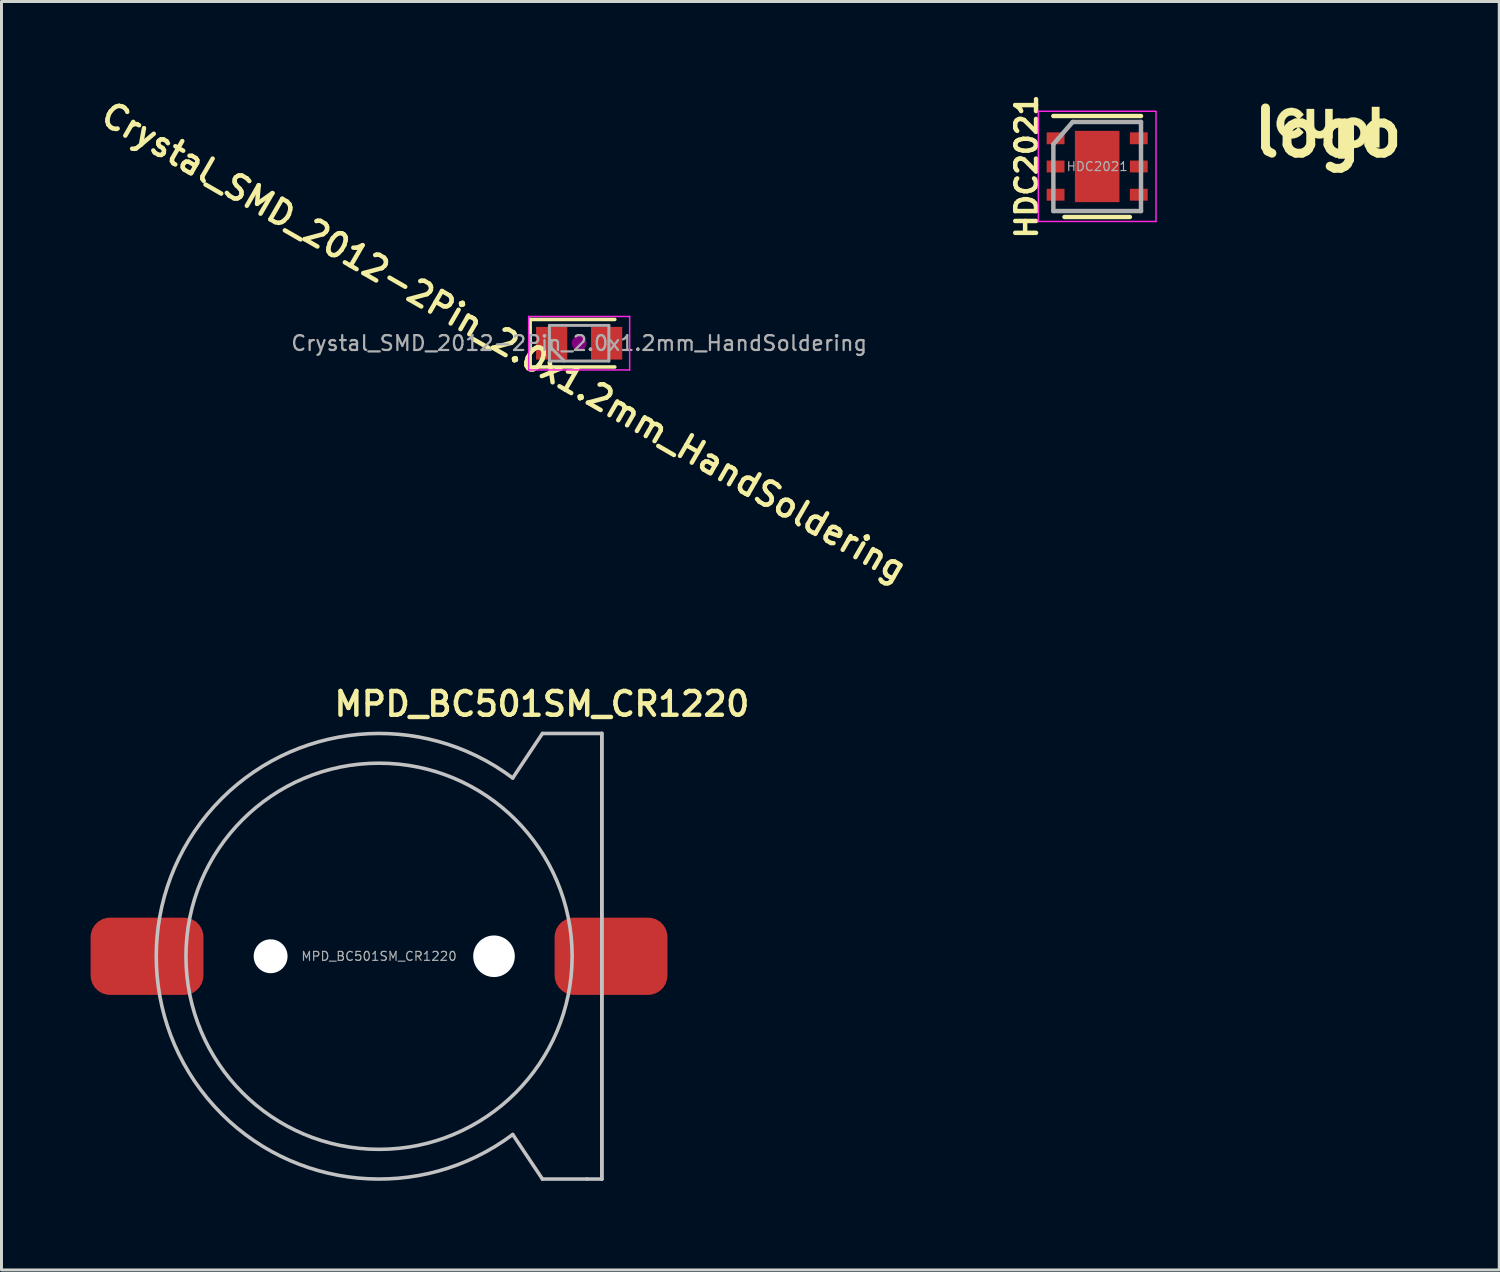
<source format=kicad_pcb>
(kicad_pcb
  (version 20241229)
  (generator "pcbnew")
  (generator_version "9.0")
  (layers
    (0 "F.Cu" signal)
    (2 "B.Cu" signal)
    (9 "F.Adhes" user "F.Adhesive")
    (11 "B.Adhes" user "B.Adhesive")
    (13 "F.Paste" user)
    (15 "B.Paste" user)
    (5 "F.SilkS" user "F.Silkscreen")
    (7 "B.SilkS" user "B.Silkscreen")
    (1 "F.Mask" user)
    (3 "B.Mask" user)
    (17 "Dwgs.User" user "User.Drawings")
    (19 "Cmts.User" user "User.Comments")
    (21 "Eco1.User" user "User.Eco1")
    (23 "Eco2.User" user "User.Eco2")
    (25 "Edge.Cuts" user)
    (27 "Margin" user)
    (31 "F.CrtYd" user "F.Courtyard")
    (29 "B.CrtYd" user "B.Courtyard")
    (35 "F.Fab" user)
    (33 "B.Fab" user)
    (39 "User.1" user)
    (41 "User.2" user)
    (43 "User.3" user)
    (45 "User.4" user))
  (footprint "HDC2021"
    (layer "F.Cu")
    (at 33.885 2.555)
    (property "Reference" "HDC2021" (at -2.375 0 90) (layer "F.SilkS") (effects (font (size 0.7 0.7) (thickness 0.15))))
    (attr smd)
    (fp_line (start 1.1 1.7) (end -1.1 1.7) (stroke (width 0.15) (type solid)) (layer "F.SilkS"))
    (fp_line (start 1.475 -1.7) (end -1.475 -1.7) (stroke (width 0.15) (type solid)) (layer "F.SilkS"))
    (fp_line (start -1.98 -1.86) (end 1.98 -1.86) (stroke (width 0.05) (type solid)) (layer "F.CrtYd"))
    (fp_line (start -1.98 1.85) (end -1.98 -1.85) (stroke (width 0.05) (type solid)) (layer "F.CrtYd"))
    (fp_line (start -1.98 1.85) (end 1.98 1.85) (stroke (width 0.05) (type solid)) (layer "F.CrtYd"))
    (fp_line (start 1.98 1.85) (end 1.98 -1.85) (stroke (width 0.05) (type solid)) (layer "F.CrtYd"))
    (fp_line (start -1.475 -0.75) (end -0.825 -1.5) (stroke (width 0.15) (type solid)) (layer "F.Fab"))
    (fp_line (start -1.475 1.5) (end -1.475 -0.75) (stroke (width 0.15) (type solid)) (layer "F.Fab"))
    (fp_line (start 1.475 -1.5) (end -0.825 -1.5) (stroke (width 0.15) (type solid)) (layer "F.Fab"))
    (fp_line (start 1.475 -1.5) (end 1.475 1.5) (stroke (width 0.15) (type solid)) (layer "F.Fab"))
    (fp_line (start 1.475 1.5) (end -1.475 1.5) (stroke (width 0.15) (type solid)) (layer "F.Fab"))
    (fp_text user "${REFERENCE}" (at 0 0 180) (layer "F.Fab") (effects (font (size 0.3 0.3) (thickness 0.04))))
    (pad "1" smd rect (at -1.4 -0.95) (size 0.6 0.4) (layers "F.Cu" "F.Mask" "F.Paste"))
    (pad "2" smd rect (at -1.4 0) (size 0.6 0.4) (layers "F.Cu" "F.Mask" "F.Paste"))
    (pad "3" smd rect (at -1.4 0.95) (size 0.6 0.4) (layers "F.Cu" "F.Mask" "F.Paste"))
    (pad "4" smd rect (at 1.4 0.95) (size 0.6 0.4) (layers "F.Cu" "F.Mask" "F.Paste"))
    (pad "5" smd rect (at 1.4 0) (size 0.6 0.4) (layers "F.Cu" "F.Mask" "F.Paste"))
    (pad "6" smd rect (at 1.4 -0.95) (size 0.6 0.4) (layers "F.Cu" "F.Mask" "F.Paste"))
    (pad "7" smd rect (at 0 0) (size 1.5 2.4) (layers "F.Cu" "F.Mask" "F.Paste")))
  (footprint "Crystal_SMD_2012-2Pin_2.0x1.2mm_HandSoldering"
    (layer "F.Cu")
    (at 16.446 8.504)
    (property "Reference" "Crystal_SMD_2012-2Pin_2.0x1.2mm_HandSoldering" (at -2.527 -0.046 330) (layer "F.SilkS") (effects (font (size 0.8 0.8) (thickness 0.15))))
    (attr smd)
    (fp_line (start -1.65 -0.8) (end -1.65 0.8) (stroke (width 0.12) (type solid)) (layer "F.SilkS"))
    (fp_line (start -1.65 0.8) (end 1.2 0.8) (stroke (width 0.12) (type solid)) (layer "F.SilkS"))
    (fp_line (start 1.2 -0.8) (end -1.65 -0.8) (stroke (width 0.12) (type solid)) (layer "F.SilkS"))
    (fp_circle (center 0 0) (end 0.047 0) (stroke (width 0.093) (type solid)) (fill no) (layer "F.Adhes"))
    (fp_circle (center 0 0) (end 0.107 0) (stroke (width 0.067) (type solid)) (fill no) (layer "F.Adhes"))
    (fp_circle (center 0 0) (end 0.167 0) (stroke (width 0.067) (type solid)) (fill no) (layer "F.Adhes"))
    (fp_circle (center 0 0) (end 0.2 0) (stroke (width 0.1) (type solid)) (fill no) (layer "F.Adhes"))
    (fp_line (start -1.7 -0.9) (end -1.7 0.9) (stroke (width 0.05) (type solid)) (layer "F.CrtYd"))
    (fp_line (start -1.7 0.9) (end 1.7 0.9) (stroke (width 0.05) (type solid)) (layer "F.CrtYd"))
    (fp_line (start 1.7 -0.9) (end -1.7 -0.9) (stroke (width 0.05) (type solid)) (layer "F.CrtYd"))
    (fp_line (start 1.7 0.9) (end 1.7 -0.9) (stroke (width 0.05) (type solid)) (layer "F.CrtYd"))
    (fp_line (start -1 -0.6) (end -1 0.6) (stroke (width 0.1) (type solid)) (layer "F.Fab"))
    (fp_line (start -1 0.1) (end -0.5 0.6) (stroke (width 0.1) (type solid)) (layer "F.Fab"))
    (fp_line (start -1 0.6) (end 1 0.6) (stroke (width 0.1) (type solid)) (layer "F.Fab"))
    (fp_line (start 1 -0.6) (end -1 -0.6) (stroke (width 0.1) (type solid)) (layer "F.Fab"))
    (fp_line (start 1 0.6) (end 1 -0.6) (stroke (width 0.1) (type solid)) (layer "F.Fab"))
    (fp_text user "${REFERENCE}" (at 0 0 180) (layer "F.Fab") (effects (font (size 0.5 0.5) (thickness 0.075))))
    (pad "1" smd rect (at -0.925 0) (size 1.05 1.1) (layers "F.Cu" "F.Mask" "F.Paste"))
    (pad "2" smd rect (at 0.925 0) (size 1.05 1.1) (layers "F.Cu" "F.Mask" "F.Paste")))
  (footprint "logo"
    (layer "F.Cu")
    (at 41.655 1.418)
    (property "Reference" "logo" (at 0 0 0) (layer "F.SilkS") (effects (font (size 1.524 1.524) (thickness 0.3))))
    (attr smd)
    (fp_poly (pts (xy 1.73 0.496) (xy 1.479 0.496) (xy 1.479 -0.867) (xy 1.73 -0.867) (xy 1.73 0.496)) (stroke (width 0.01) (type solid)) (fill yes) (layer "F.SilkS"))
    (fp_poly (pts (xy -0.468 -0.507) (xy -0.468 -0.459) (xy -0.468 -0.417) (xy -0.468 -0.379) (xy -0.468 -0.347) (xy -0.468 -0.319) (xy -0.467 -0.295) (xy -0.467 -0.275) (xy -0.467 -0.258) (xy -0.467 -0.244) (xy -0.466 -0.233) (xy -0.466 -0.223) (xy -0.465 -0.216) (xy -0.465 -0.21) (xy -0.464 -0.205) (xy -0.463 -0.201) (xy -0.462 -0.197) (xy -0.461 -0.193) (xy -0.461 -0.193) (xy -0.449 -0.16) (xy -0.432 -0.131) (xy -0.412 -0.107) (xy -0.39 -0.088) (xy -0.367 -0.073) (xy -0.342 -0.063) (xy -0.315 -0.057) (xy -0.29 -0.055) (xy -0.274 -0.054) (xy -0.263 -0.054) (xy -0.254 -0.055) (xy -0.245 -0.057) (xy -0.234 -0.06) (xy -0.232 -0.061) (xy -0.201 -0.074) (xy -0.174 -0.093) (xy -0.149 -0.116) (xy -0.128 -0.145) (xy -0.113 -0.172) (xy -0.11 -0.179) (xy -0.107 -0.185) (xy -0.104 -0.191) (xy -0.102 -0.197) (xy -0.1 -0.204) (xy -0.098 -0.212) (xy -0.097 -0.221) (xy -0.096 -0.232) (xy -0.095 -0.245) (xy -0.094 -0.261) (xy -0.094 -0.279) (xy -0.093 -0.301) (xy -0.093 -0.327) (xy -0.093 -0.356) (xy -0.093 -0.39) (xy -0.093 -0.429) (xy -0.093 -0.473) (xy -0.093 -0.519) (xy -0.093 -0.798) (xy 0.155 -0.798) (xy 0.155 0.176) (xy 0.096 0.176) (xy 0.055 0.119) (xy 0.042 0.101) (xy 0.032 0.087) (xy 0.024 0.078) (xy 0.019 0.071) (xy 0.015 0.067) (xy 0.012 0.066) (xy 0.01 0.066) (xy 0.009 0.066) (xy 0.005 0.07) (xy -0.003 0.076) (xy -0.012 0.084) (xy -0.016 0.087) (xy -0.056 0.117) (xy -0.099 0.143) (xy -0.143 0.164) (xy -0.188 0.18) (xy -0.23 0.189) (xy -0.258 0.193) (xy -0.29 0.194) (xy -0.322 0.192) (xy -0.338 0.191) (xy -0.351 0.189) (xy -0.367 0.186) (xy -0.383 0.182) (xy -0.391 0.18) (xy -0.44 0.165) (xy -0.486 0.145) (xy -0.528 0.121) (xy -0.567 0.091) (xy -0.601 0.058) (xy -0.631 0.021) (xy -0.658 -0.02) (xy -0.679 -0.065) (xy -0.696 -0.113) (xy -0.706 -0.154) (xy -0.707 -0.164) (xy -0.709 -0.175) (xy -0.711 -0.187) (xy -0.712 -0.2) (xy -0.713 -0.216) (xy -0.714 -0.233) (xy -0.715 -0.253) (xy -0.715 -0.277) (xy -0.716 -0.303) (xy -0.716 -0.334) (xy -0.717 -0.368) (xy -0.717 -0.407) (xy -0.717 -0.451) (xy -0.717 -0.501) (xy -0.717 -0.537) (xy -0.717 -0.798) (xy -0.469 -0.798) (xy -0.468 -0.507)) (stroke (width 0.01) (type solid)) (fill yes) (layer "F.SilkS"))
    (fp_poly (pts (xy -1.192 -0.834) (xy -1.161 -0.831) (xy -1.145 -0.828) (xy -1.094 -0.815) (xy -1.046 -0.798) (xy -0.999 -0.775) (xy -0.963 -0.753) (xy -0.942 -0.737) (xy -0.919 -0.717) (xy -0.896 -0.696) (xy -0.874 -0.673) (xy -0.855 -0.651) (xy -0.841 -0.632) (xy -0.824 -0.606) (xy -0.915 -0.515) (xy -1.005 -0.425) (xy -1.017 -0.448) (xy -1.036 -0.481) (xy -1.06 -0.51) (xy -1.087 -0.535) (xy -1.118 -0.555) (xy -1.128 -0.561) (xy -1.151 -0.571) (xy -1.172 -0.578) (xy -1.193 -0.582) (xy -1.217 -0.585) (xy -1.221 -0.585) (xy -1.257 -0.584) (xy -1.292 -0.578) (xy -1.325 -0.566) (xy -1.358 -0.548) (xy -1.386 -0.526) (xy -1.411 -0.5) (xy -1.432 -0.47) (xy -1.45 -0.438) (xy -1.463 -0.403) (xy -1.472 -0.367) (xy -1.477 -0.33) (xy -1.478 -0.292) (xy -1.473 -0.256) (xy -1.464 -0.22) (xy -1.45 -0.187) (xy -1.449 -0.186) (xy -1.429 -0.154) (xy -1.407 -0.127) (xy -1.381 -0.105) (xy -1.35 -0.086) (xy -1.34 -0.081) (xy -1.316 -0.07) (xy -1.295 -0.063) (xy -1.273 -0.058) (xy -1.25 -0.056) (xy -1.234 -0.056) (xy -1.209 -0.056) (xy -1.188 -0.059) (xy -1.168 -0.063) (xy -1.146 -0.07) (xy -1.141 -0.072) (xy -1.112 -0.086) (xy -1.084 -0.104) (xy -1.059 -0.126) (xy -1.037 -0.15) (xy -1.019 -0.176) (xy -1.016 -0.182) (xy -1.012 -0.19) (xy -1.009 -0.196) (xy -1.008 -0.197) (xy -1.006 -0.195) (xy -1 -0.19) (xy -0.99 -0.181) (xy -0.979 -0.17) (xy -0.965 -0.157) (xy -0.95 -0.141) (xy -0.933 -0.125) (xy -0.916 -0.108) (xy -0.9 -0.091) (xy -0.883 -0.074) (xy -0.868 -0.058) (xy -0.866 -0.056) (xy -0.827 -0.015) (xy -0.835 -0.003) (xy -0.844 0.008) (xy -0.856 0.022) (xy -0.87 0.037) (xy -0.885 0.052) (xy -0.9 0.066) (xy -0.914 0.079) (xy -0.914 0.079) (xy -0.958 0.111) (xy -1.004 0.139) (xy -1.052 0.161) (xy -1.103 0.177) (xy -1.156 0.187) (xy -1.21 0.192) (xy -1.219 0.193) (xy -1.238 0.193) (xy -1.256 0.193) (xy -1.273 0.192) (xy -1.286 0.192) (xy -1.291 0.191) (xy -1.336 0.184) (xy -1.379 0.172) (xy -1.421 0.157) (xy -1.454 0.142) (xy -1.49 0.122) (xy -1.523 0.1) (xy -1.554 0.076) (xy -1.584 0.048) (xy -1.612 0.017) (xy -1.637 -0.013) (xy -1.658 -0.046) (xy -1.677 -0.082) (xy -1.678 -0.082) (xy -1.699 -0.132) (xy -1.715 -0.182) (xy -1.725 -0.233) (xy -1.729 -0.285) (xy -1.729 -0.326) (xy -1.723 -0.385) (xy -1.712 -0.442) (xy -1.696 -0.496) (xy -1.674 -0.548) (xy -1.647 -0.596) (xy -1.615 -0.642) (xy -1.578 -0.685) (xy -1.561 -0.702) (xy -1.52 -0.737) (xy -1.476 -0.768) (xy -1.429 -0.793) (xy -1.379 -0.812) (xy -1.327 -0.827) (xy -1.321 -0.828) (xy -1.292 -0.832) (xy -1.259 -0.835) (xy -1.225 -0.836) (xy -1.192 -0.834)) (stroke (width 0.01) (type solid)) (fill yes) (layer "F.SilkS"))
    (fp_poly (pts (xy 0.914 -0.508) (xy 0.962 -0.499) (xy 1.01 -0.485) (xy 1.057 -0.467) (xy 1.101 -0.444) (xy 1.124 -0.429) (xy 1.166 -0.398) (xy 1.203 -0.363) (xy 1.236 -0.324) (xy 1.265 -0.281) (xy 1.289 -0.235) (xy 1.309 -0.187) (xy 1.325 -0.136) (xy 1.335 -0.082) (xy 1.34 -0.028) (xy 1.34 0.029) (xy 1.339 0.043) (xy 1.334 0.09) (xy 1.327 0.132) (xy 1.318 0.171) (xy 1.305 0.208) (xy 1.289 0.246) (xy 1.279 0.266) (xy 1.255 0.306) (xy 1.227 0.344) (xy 1.195 0.379) (xy 1.16 0.411) (xy 1.141 0.425) (xy 1.12 0.439) (xy 1.095 0.453) (xy 1.068 0.467) (xy 1.041 0.48) (xy 1.016 0.49) (xy 1.007 0.493) (xy 0.978 0.501) (xy 0.951 0.508) (xy 0.923 0.512) (xy 0.892 0.515) (xy 0.867 0.516) (xy 0.837 0.516) (xy 0.81 0.515) (xy 0.785 0.512) (xy 0.76 0.507) (xy 0.735 0.499) (xy 0.708 0.489) (xy 0.678 0.476) (xy 0.648 0.461) (xy 0.632 0.453) (xy 0.617 0.445) (xy 0.605 0.44) (xy 0.597 0.435) (xy 0.593 0.433) (xy 0.592 0.433) (xy 0.592 0.436) (xy 0.592 0.445) (xy 0.592 0.458) (xy 0.592 0.476) (xy 0.592 0.498) (xy 0.592 0.524) (xy 0.592 0.553) (xy 0.592 0.585) (xy 0.592 0.618) (xy 0.592 0.651) (xy 0.592 0.87) (xy 0.344 0.87) (xy 0.344 -0.018) (xy 0.596 -0.018) (xy 0.596 0.025) (xy 0.601 0.065) (xy 0.612 0.102) (xy 0.627 0.137) (xy 0.646 0.168) (xy 0.67 0.196) (xy 0.698 0.219) (xy 0.73 0.239) (xy 0.765 0.254) (xy 0.804 0.264) (xy 0.804 0.264) (xy 0.815 0.265) (xy 0.83 0.265) (xy 0.847 0.265) (xy 0.866 0.264) (xy 0.884 0.262) (xy 0.899 0.26) (xy 0.911 0.257) (xy 0.947 0.244) (xy 0.98 0.226) (xy 1.009 0.203) (xy 1.034 0.175) (xy 1.055 0.143) (xy 1.072 0.107) (xy 1.072 0.107) (xy 1.083 0.074) (xy 1.089 0.037) (xy 1.091 -0.001) (xy 1.089 -0.039) (xy 1.082 -0.076) (xy 1.072 -0.11) (xy 1.07 -0.114) (xy 1.053 -0.149) (xy 1.031 -0.179) (xy 1.006 -0.205) (xy 0.977 -0.227) (xy 0.945 -0.244) (xy 0.91 -0.256) (xy 0.873 -0.262) (xy 0.834 -0.264) (xy 0.816 -0.263) (xy 0.779 -0.256) (xy 0.744 -0.245) (xy 0.712 -0.228) (xy 0.683 -0.207) (xy 0.657 -0.181) (xy 0.636 -0.152) (xy 0.618 -0.119) (xy 0.605 -0.082) (xy 0.602 -0.072) (xy 0.6 -0.06) (xy 0.598 -0.045) (xy 0.596 -0.029) (xy 0.596 -0.018) (xy 0.344 -0.018) (xy 0.344 -0.478) (xy 0.402 -0.478) (xy 0.448 -0.424) (xy 0.462 -0.408) (xy 0.474 -0.394) (xy 0.484 -0.382) (xy 0.492 -0.373) (xy 0.497 -0.367) (xy 0.498 -0.365) (xy 0.5 -0.363) (xy 0.504 -0.364) (xy 0.509 -0.367) (xy 0.518 -0.375) (xy 0.52 -0.377) (xy 0.562 -0.41) (xy 0.605 -0.439) (xy 0.65 -0.464) (xy 0.695 -0.484) (xy 0.74 -0.499) (xy 0.771 -0.506) (xy 0.817 -0.512) (xy 0.865 -0.513) (xy 0.914 -0.508)) (stroke (width 0.01) (type solid)) (fill yes) (layer "F.SilkS")))
  (footprint "MPD_BC501SM_CR1220"
    (layer "F.Cu")
    (at 9.71 29.141)
    (property "Reference" "MPD_BC501SM_CR1220" (at -1.587 -8.493 0) (layer "F.SilkS") (effects (font (size 0.8 0.8) (thickness 0.15)) (justify left)))
    (attr smd)
    (fp_line (start 4.5 6) (end 5.5 7.5) (stroke (width 0.12) (type solid)) (layer "Dwgs.User"))
    (fp_line (start 5.5 -7.5) (end 4.5 -6) (stroke (width 0.12) (type solid)) (layer "Dwgs.User"))
    (fp_line (start 5.5 -7.5) (end 7.5 -7.5) (stroke (width 0.12) (type solid)) (layer "Dwgs.User"))
    (fp_line (start 5.5 7.5) (end 7 7.5) (stroke (width 0.12) (type solid)) (layer "Dwgs.User"))
    (fp_line (start 7 7.5) (end 7.5 7.5) (stroke (width 0.12) (type solid)) (layer "Dwgs.User"))
    (fp_line (start 7.5 -7.5) (end 7.5 7.5) (stroke (width 0.12) (type solid)) (layer "Dwgs.User"))
    (fp_line (start 7.5 7.5) (end 7.5 -7.5) (stroke (width 0.12) (type solid)) (layer "Dwgs.User"))
    (fp_arc (start 4.5 5.999999) (mid -7.499999 0.000001) (end 4.499999 -6) (stroke (width 0.12) (type solid)) (layer "Dwgs.User"))
    (fp_circle (center 0 0) (end 6.5 0) (stroke (width 0.12) (type solid)) (fill no) (layer "Dwgs.User"))
    (fp_text user "${REFERENCE}" (at 0 0 0) (layer "F.Fab") (effects (font (size 0.3 0.3) (thickness 0.04))))
    (pad "" np_thru_hole circle (at -3.65 0) (size 1.14 1.14) (drill 1.14) (layers "*.Cu" "*.Mask"))
    (pad "" np_thru_hole circle (at 3.87 0) (size 1.4 1.4) (drill 1.4) (layers "*.Cu" "*.Mask"))
    (pad "1" smd roundrect (at 7.81 0) (size 3.8 2.6) (layers "F.Cu" "F.Mask" "F.Paste") (roundrect_rratio 0.25))
    (pad "2" smd roundrect (at -7.81 0) (size 3.8 2.6) (layers "F.Cu" "F.Mask" "F.Paste") (roundrect_rratio 0.25)))
  (gr_rect
    (start -3 -3)
    (end 47.42 39.701)
    (stroke (width 0.1) (type default))
    (fill no)
    (layer "Edge.Cuts")))
</source>
